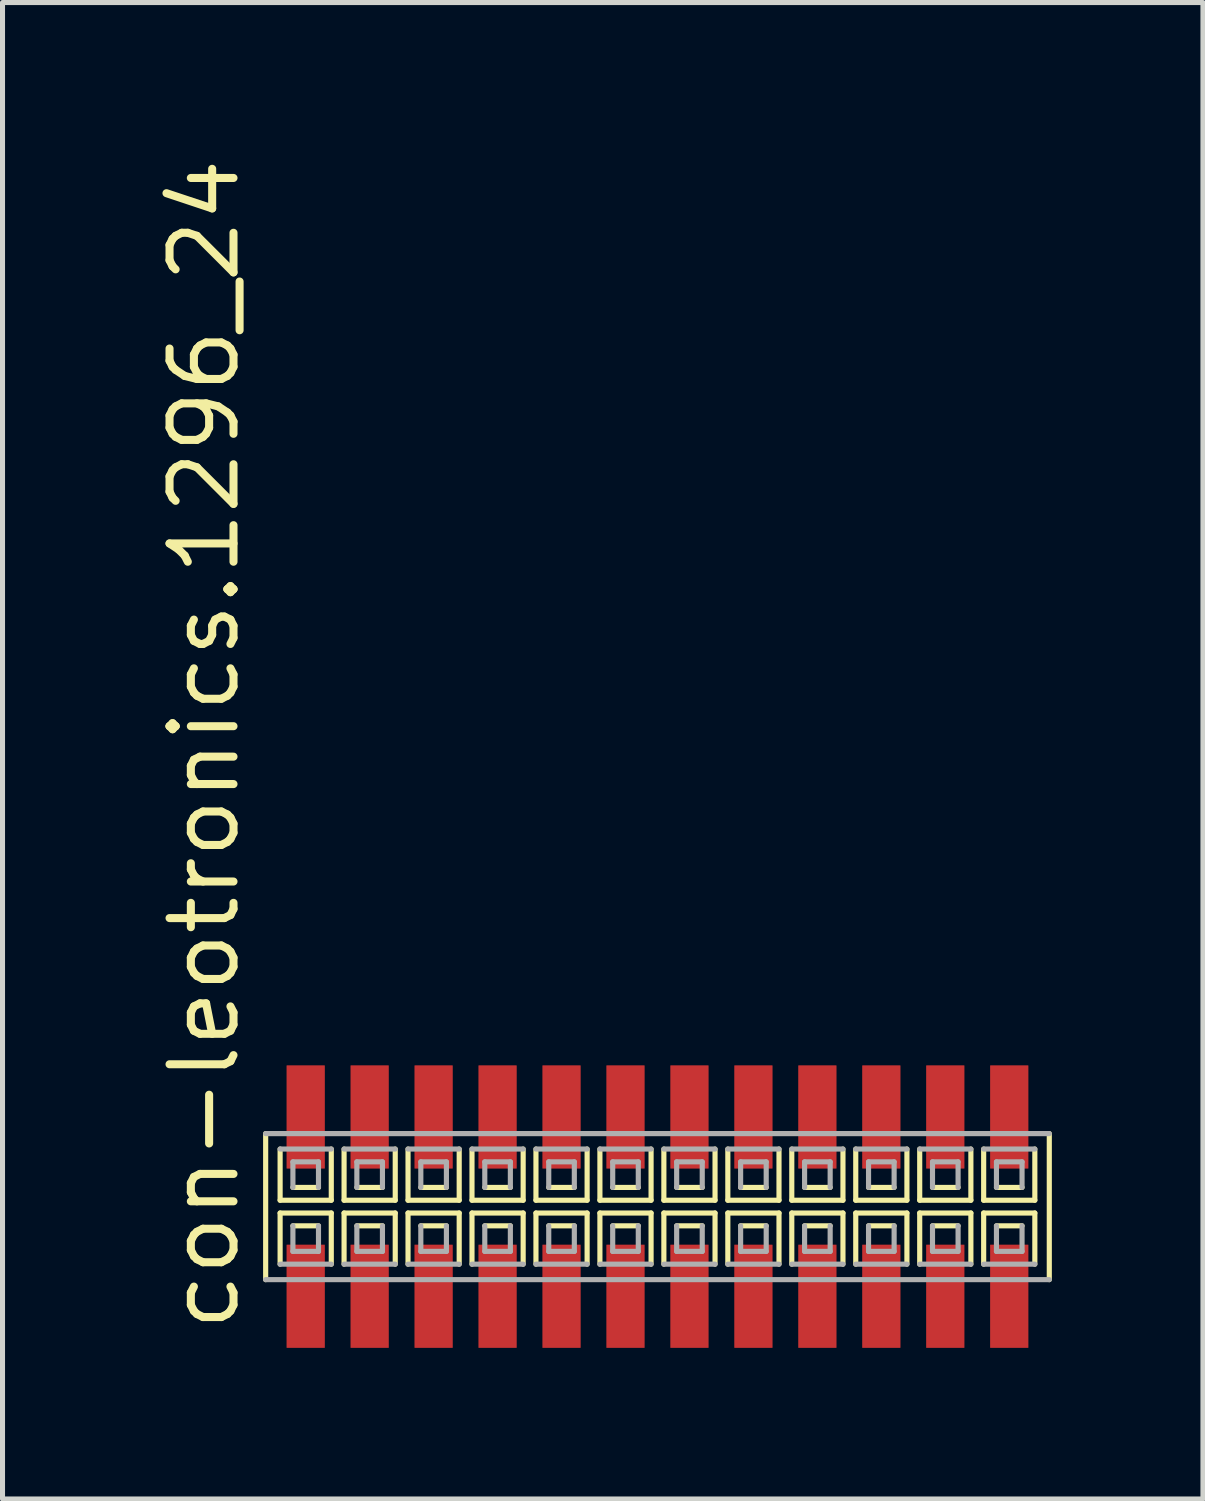
<source format=kicad_pcb>
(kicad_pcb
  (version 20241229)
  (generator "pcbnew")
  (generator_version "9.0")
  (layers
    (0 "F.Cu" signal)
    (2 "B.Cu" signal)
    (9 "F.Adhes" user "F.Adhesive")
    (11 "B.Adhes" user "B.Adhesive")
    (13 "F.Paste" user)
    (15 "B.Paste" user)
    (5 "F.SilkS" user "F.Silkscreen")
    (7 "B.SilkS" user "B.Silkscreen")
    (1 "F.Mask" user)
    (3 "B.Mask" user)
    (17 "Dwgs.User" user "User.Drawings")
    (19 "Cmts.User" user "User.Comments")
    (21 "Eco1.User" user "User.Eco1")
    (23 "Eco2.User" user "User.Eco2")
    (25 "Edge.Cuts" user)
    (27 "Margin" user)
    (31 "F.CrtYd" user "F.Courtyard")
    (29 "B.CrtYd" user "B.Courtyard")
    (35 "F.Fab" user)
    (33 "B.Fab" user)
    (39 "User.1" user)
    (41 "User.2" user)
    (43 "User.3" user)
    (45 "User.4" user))
  (footprint "con-leotronics.1296_24"
    (layer "F.Cu")
    (at 10.005 20.909)
    (property "Reference" "con-leotronics.1296_24" (at -8.255 2.54 90) (layer "F.SilkS") (effects (font (size 1.27 1.27) (thickness 0.16)) (justify left bottom)))
    (attr smd)
    (fp_line (start -7.78 -1.45) (end -7.78 1.45) (stroke (width 0.102) (type default)) (layer "F.SilkS"))
    (fp_line (start -7.493 -1.143) (end -7.493 -0.127) (stroke (width 0.102) (type default)) (layer "F.SilkS"))
    (fp_line (start -7.493 -0.127) (end -6.477 -0.127) (stroke (width 0.102) (type default)) (layer "F.SilkS"))
    (fp_line (start -7.493 0.127) (end -7.493 1.143) (stroke (width 0.102) (type default)) (layer "F.SilkS"))
    (fp_line (start -7.239 -0.381) (end -6.731 -0.381) (stroke (width 0.102) (type default)) (layer "F.SilkS"))
    (fp_line (start -6.731 0.381) (end -7.239 0.381) (stroke (width 0.102) (type default)) (layer "F.SilkS"))
    (fp_line (start -6.477 -0.127) (end -6.477 -1.143) (stroke (width 0.102) (type default)) (layer "F.SilkS"))
    (fp_line (start -6.477 0.127) (end -7.493 0.127) (stroke (width 0.102) (type default)) (layer "F.SilkS"))
    (fp_line (start -6.477 1.143) (end -6.477 0.127) (stroke (width 0.102) (type default)) (layer "F.SilkS"))
    (fp_line (start -6.223 -1.143) (end -6.223 -0.127) (stroke (width 0.102) (type default)) (layer "F.SilkS"))
    (fp_line (start -6.223 -0.127) (end -5.207 -0.127) (stroke (width 0.102) (type default)) (layer "F.SilkS"))
    (fp_line (start -6.223 0.127) (end -6.223 1.143) (stroke (width 0.102) (type default)) (layer "F.SilkS"))
    (fp_line (start -5.969 -0.381) (end -5.461 -0.381) (stroke (width 0.102) (type default)) (layer "F.SilkS"))
    (fp_line (start -5.461 0.381) (end -5.969 0.381) (stroke (width 0.102) (type default)) (layer "F.SilkS"))
    (fp_line (start -5.207 -0.127) (end -5.207 -1.143) (stroke (width 0.102) (type default)) (layer "F.SilkS"))
    (fp_line (start -5.207 0.127) (end -6.223 0.127) (stroke (width 0.102) (type default)) (layer "F.SilkS"))
    (fp_line (start -5.207 1.143) (end -5.207 0.127) (stroke (width 0.102) (type default)) (layer "F.SilkS"))
    (fp_line (start -4.953 -1.143) (end -4.953 -0.127) (stroke (width 0.102) (type default)) (layer "F.SilkS"))
    (fp_line (start -4.953 -0.127) (end -3.937 -0.127) (stroke (width 0.102) (type default)) (layer "F.SilkS"))
    (fp_line (start -4.953 0.127) (end -4.953 1.143) (stroke (width 0.102) (type default)) (layer "F.SilkS"))
    (fp_line (start -4.699 -0.381) (end -4.191 -0.381) (stroke (width 0.102) (type default)) (layer "F.SilkS"))
    (fp_line (start -4.191 0.381) (end -4.699 0.381) (stroke (width 0.102) (type default)) (layer "F.SilkS"))
    (fp_line (start -3.937 -0.127) (end -3.937 -1.143) (stroke (width 0.102) (type default)) (layer "F.SilkS"))
    (fp_line (start -3.937 0.127) (end -4.953 0.127) (stroke (width 0.102) (type default)) (layer "F.SilkS"))
    (fp_line (start -3.937 1.143) (end -3.937 0.127) (stroke (width 0.102) (type default)) (layer "F.SilkS"))
    (fp_line (start -3.683 -1.143) (end -3.683 -0.127) (stroke (width 0.102) (type default)) (layer "F.SilkS"))
    (fp_line (start -3.683 -0.127) (end -2.667 -0.127) (stroke (width 0.102) (type default)) (layer "F.SilkS"))
    (fp_line (start -3.683 0.127) (end -3.683 1.143) (stroke (width 0.102) (type default)) (layer "F.SilkS"))
    (fp_line (start -3.429 -0.381) (end -2.921 -0.381) (stroke (width 0.102) (type default)) (layer "F.SilkS"))
    (fp_line (start -2.921 0.381) (end -3.429 0.381) (stroke (width 0.102) (type default)) (layer "F.SilkS"))
    (fp_line (start -2.667 -0.127) (end -2.667 -1.143) (stroke (width 0.102) (type default)) (layer "F.SilkS"))
    (fp_line (start -2.667 0.127) (end -3.683 0.127) (stroke (width 0.102) (type default)) (layer "F.SilkS"))
    (fp_line (start -2.667 1.143) (end -2.667 0.127) (stroke (width 0.102) (type default)) (layer "F.SilkS"))
    (fp_line (start -2.413 -1.143) (end -2.413 -0.127) (stroke (width 0.102) (type default)) (layer "F.SilkS"))
    (fp_line (start -2.413 -0.127) (end -1.397 -0.127) (stroke (width 0.102) (type default)) (layer "F.SilkS"))
    (fp_line (start -2.413 0.127) (end -2.413 1.143) (stroke (width 0.102) (type default)) (layer "F.SilkS"))
    (fp_line (start -2.159 -0.381) (end -1.651 -0.381) (stroke (width 0.102) (type default)) (layer "F.SilkS"))
    (fp_line (start -1.651 0.381) (end -2.159 0.381) (stroke (width 0.102) (type default)) (layer "F.SilkS"))
    (fp_line (start -1.397 -0.127) (end -1.397 -1.143) (stroke (width 0.102) (type default)) (layer "F.SilkS"))
    (fp_line (start -1.397 0.127) (end -2.413 0.127) (stroke (width 0.102) (type default)) (layer "F.SilkS"))
    (fp_line (start -1.397 1.143) (end -1.397 0.127) (stroke (width 0.102) (type default)) (layer "F.SilkS"))
    (fp_line (start -1.143 -1.143) (end -1.143 -0.127) (stroke (width 0.102) (type default)) (layer "F.SilkS"))
    (fp_line (start -1.143 -0.127) (end -0.127 -0.127) (stroke (width 0.102) (type default)) (layer "F.SilkS"))
    (fp_line (start -1.143 0.127) (end -1.143 1.143) (stroke (width 0.102) (type default)) (layer "F.SilkS"))
    (fp_line (start -0.889 -0.381) (end -0.381 -0.381) (stroke (width 0.102) (type default)) (layer "F.SilkS"))
    (fp_line (start -0.381 0.381) (end -0.889 0.381) (stroke (width 0.102) (type default)) (layer "F.SilkS"))
    (fp_line (start -0.127 -0.127) (end -0.127 -1.143) (stroke (width 0.102) (type default)) (layer "F.SilkS"))
    (fp_line (start -0.127 0.127) (end -1.143 0.127) (stroke (width 0.102) (type default)) (layer "F.SilkS"))
    (fp_line (start -0.127 1.143) (end -0.127 0.127) (stroke (width 0.102) (type default)) (layer "F.SilkS"))
    (fp_line (start 0.127 -1.143) (end 0.127 -0.127) (stroke (width 0.102) (type default)) (layer "F.SilkS"))
    (fp_line (start 0.127 -0.127) (end 1.143 -0.127) (stroke (width 0.102) (type default)) (layer "F.SilkS"))
    (fp_line (start 0.127 0.127) (end 0.127 1.143) (stroke (width 0.102) (type default)) (layer "F.SilkS"))
    (fp_line (start 0.381 -0.381) (end 0.889 -0.381) (stroke (width 0.102) (type default)) (layer "F.SilkS"))
    (fp_line (start 0.889 0.381) (end 0.381 0.381) (stroke (width 0.102) (type default)) (layer "F.SilkS"))
    (fp_line (start 1.143 -0.127) (end 1.143 -1.143) (stroke (width 0.102) (type default)) (layer "F.SilkS"))
    (fp_line (start 1.143 0.127) (end 0.127 0.127) (stroke (width 0.102) (type default)) (layer "F.SilkS"))
    (fp_line (start 1.143 1.143) (end 1.143 0.127) (stroke (width 0.102) (type default)) (layer "F.SilkS"))
    (fp_line (start 1.397 -1.143) (end 1.397 -0.127) (stroke (width 0.102) (type default)) (layer "F.SilkS"))
    (fp_line (start 1.397 -0.127) (end 2.413 -0.127) (stroke (width 0.102) (type default)) (layer "F.SilkS"))
    (fp_line (start 1.397 0.127) (end 1.397 1.143) (stroke (width 0.102) (type default)) (layer "F.SilkS"))
    (fp_line (start 1.651 -0.381) (end 2.159 -0.381) (stroke (width 0.102) (type default)) (layer "F.SilkS"))
    (fp_line (start 2.159 0.381) (end 1.651 0.381) (stroke (width 0.102) (type default)) (layer "F.SilkS"))
    (fp_line (start 2.413 -0.127) (end 2.413 -1.143) (stroke (width 0.102) (type default)) (layer "F.SilkS"))
    (fp_line (start 2.413 0.127) (end 1.397 0.127) (stroke (width 0.102) (type default)) (layer "F.SilkS"))
    (fp_line (start 2.413 1.143) (end 2.413 0.127) (stroke (width 0.102) (type default)) (layer "F.SilkS"))
    (fp_line (start 2.667 -1.143) (end 2.667 -0.127) (stroke (width 0.102) (type default)) (layer "F.SilkS"))
    (fp_line (start 2.667 -0.127) (end 3.683 -0.127) (stroke (width 0.102) (type default)) (layer "F.SilkS"))
    (fp_line (start 2.667 0.127) (end 2.667 1.143) (stroke (width 0.102) (type default)) (layer "F.SilkS"))
    (fp_line (start 2.921 -0.381) (end 3.429 -0.381) (stroke (width 0.102) (type default)) (layer "F.SilkS"))
    (fp_line (start 3.429 0.381) (end 2.921 0.381) (stroke (width 0.102) (type default)) (layer "F.SilkS"))
    (fp_line (start 3.683 -0.127) (end 3.683 -1.143) (stroke (width 0.102) (type default)) (layer "F.SilkS"))
    (fp_line (start 3.683 0.127) (end 2.667 0.127) (stroke (width 0.102) (type default)) (layer "F.SilkS"))
    (fp_line (start 3.683 1.143) (end 3.683 0.127) (stroke (width 0.102) (type default)) (layer "F.SilkS"))
    (fp_line (start 3.937 -1.143) (end 3.937 -0.127) (stroke (width 0.102) (type default)) (layer "F.SilkS"))
    (fp_line (start 3.937 -0.127) (end 4.953 -0.127) (stroke (width 0.102) (type default)) (layer "F.SilkS"))
    (fp_line (start 3.937 0.127) (end 3.937 1.143) (stroke (width 0.102) (type default)) (layer "F.SilkS"))
    (fp_line (start 4.191 -0.381) (end 4.699 -0.381) (stroke (width 0.102) (type default)) (layer "F.SilkS"))
    (fp_line (start 4.699 0.381) (end 4.191 0.381) (stroke (width 0.102) (type default)) (layer "F.SilkS"))
    (fp_line (start 4.953 -0.127) (end 4.953 -1.143) (stroke (width 0.102) (type default)) (layer "F.SilkS"))
    (fp_line (start 4.953 0.127) (end 3.937 0.127) (stroke (width 0.102) (type default)) (layer "F.SilkS"))
    (fp_line (start 4.953 1.143) (end 4.953 0.127) (stroke (width 0.102) (type default)) (layer "F.SilkS"))
    (fp_line (start 5.207 -1.143) (end 5.207 -0.127) (stroke (width 0.102) (type default)) (layer "F.SilkS"))
    (fp_line (start 5.207 -0.127) (end 6.223 -0.127) (stroke (width 0.102) (type default)) (layer "F.SilkS"))
    (fp_line (start 5.207 0.127) (end 5.207 1.143) (stroke (width 0.102) (type default)) (layer "F.SilkS"))
    (fp_line (start 5.461 -0.381) (end 5.969 -0.381) (stroke (width 0.102) (type default)) (layer "F.SilkS"))
    (fp_line (start 5.969 0.381) (end 5.461 0.381) (stroke (width 0.102) (type default)) (layer "F.SilkS"))
    (fp_line (start 6.223 -0.127) (end 6.223 -1.143) (stroke (width 0.102) (type default)) (layer "F.SilkS"))
    (fp_line (start 6.223 0.127) (end 5.207 0.127) (stroke (width 0.102) (type default)) (layer "F.SilkS"))
    (fp_line (start 6.223 1.143) (end 6.223 0.127) (stroke (width 0.102) (type default)) (layer "F.SilkS"))
    (fp_line (start 6.477 -1.143) (end 6.477 -0.127) (stroke (width 0.102) (type default)) (layer "F.SilkS"))
    (fp_line (start 6.477 -0.127) (end 7.493 -0.127) (stroke (width 0.102) (type default)) (layer "F.SilkS"))
    (fp_line (start 6.477 0.127) (end 6.477 1.143) (stroke (width 0.102) (type default)) (layer "F.SilkS"))
    (fp_line (start 6.731 -0.381) (end 7.239 -0.381) (stroke (width 0.102) (type default)) (layer "F.SilkS"))
    (fp_line (start 7.239 0.381) (end 6.731 0.381) (stroke (width 0.102) (type default)) (layer "F.SilkS"))
    (fp_line (start 7.493 -0.127) (end 7.493 -1.143) (stroke (width 0.102) (type default)) (layer "F.SilkS"))
    (fp_line (start 7.493 0.127) (end 6.477 0.127) (stroke (width 0.102) (type default)) (layer "F.SilkS"))
    (fp_line (start 7.493 1.143) (end 7.493 0.127) (stroke (width 0.102) (type default)) (layer "F.SilkS"))
    (fp_line (start 7.78 1.45) (end 7.78 -1.45) (stroke (width 0.102) (type default)) (layer "F.SilkS"))
    (fp_line (start -7.78 1.45) (end 7.78 1.45) (stroke (width 0.102) (type default)) (layer "F.Fab"))
    (fp_line (start -7.493 1.143) (end -6.477 1.143) (stroke (width 0.102) (type default)) (layer "F.Fab"))
    (fp_line (start -7.239 -0.889) (end -7.239 -0.381) (stroke (width 0.102) (type default)) (layer "F.Fab"))
    (fp_line (start -7.239 0.381) (end -7.239 0.889) (stroke (width 0.102) (type default)) (layer "F.Fab"))
    (fp_line (start -7.239 0.889) (end -6.731 0.889) (stroke (width 0.102) (type default)) (layer "F.Fab"))
    (fp_line (start -6.731 -0.889) (end -7.239 -0.889) (stroke (width 0.102) (type default)) (layer "F.Fab"))
    (fp_line (start -6.731 -0.381) (end -6.731 -0.889) (stroke (width 0.102) (type default)) (layer "F.Fab"))
    (fp_line (start -6.731 0.889) (end -6.731 0.381) (stroke (width 0.102) (type default)) (layer "F.Fab"))
    (fp_line (start -6.477 -1.143) (end -7.493 -1.143) (stroke (width 0.102) (type default)) (layer "F.Fab"))
    (fp_line (start -6.223 1.143) (end -5.207 1.143) (stroke (width 0.102) (type default)) (layer "F.Fab"))
    (fp_line (start -5.969 -0.889) (end -5.969 -0.381) (stroke (width 0.102) (type default)) (layer "F.Fab"))
    (fp_line (start -5.969 0.381) (end -5.969 0.889) (stroke (width 0.102) (type default)) (layer "F.Fab"))
    (fp_line (start -5.969 0.889) (end -5.461 0.889) (stroke (width 0.102) (type default)) (layer "F.Fab"))
    (fp_line (start -5.461 -0.889) (end -5.969 -0.889) (stroke (width 0.102) (type default)) (layer "F.Fab"))
    (fp_line (start -5.461 -0.381) (end -5.461 -0.889) (stroke (width 0.102) (type default)) (layer "F.Fab"))
    (fp_line (start -5.461 0.889) (end -5.461 0.381) (stroke (width 0.102) (type default)) (layer "F.Fab"))
    (fp_line (start -5.207 -1.143) (end -6.223 -1.143) (stroke (width 0.102) (type default)) (layer "F.Fab"))
    (fp_line (start -4.953 1.143) (end -3.937 1.143) (stroke (width 0.102) (type default)) (layer "F.Fab"))
    (fp_line (start -4.699 -0.889) (end -4.699 -0.381) (stroke (width 0.102) (type default)) (layer "F.Fab"))
    (fp_line (start -4.699 0.381) (end -4.699 0.889) (stroke (width 0.102) (type default)) (layer "F.Fab"))
    (fp_line (start -4.699 0.889) (end -4.191 0.889) (stroke (width 0.102) (type default)) (layer "F.Fab"))
    (fp_line (start -4.191 -0.889) (end -4.699 -0.889) (stroke (width 0.102) (type default)) (layer "F.Fab"))
    (fp_line (start -4.191 -0.381) (end -4.191 -0.889) (stroke (width 0.102) (type default)) (layer "F.Fab"))
    (fp_line (start -4.191 0.889) (end -4.191 0.381) (stroke (width 0.102) (type default)) (layer "F.Fab"))
    (fp_line (start -3.937 -1.143) (end -4.953 -1.143) (stroke (width 0.102) (type default)) (layer "F.Fab"))
    (fp_line (start -3.683 1.143) (end -2.667 1.143) (stroke (width 0.102) (type default)) (layer "F.Fab"))
    (fp_line (start -3.429 -0.889) (end -3.429 -0.381) (stroke (width 0.102) (type default)) (layer "F.Fab"))
    (fp_line (start -3.429 0.381) (end -3.429 0.889) (stroke (width 0.102) (type default)) (layer "F.Fab"))
    (fp_line (start -3.429 0.889) (end -2.921 0.889) (stroke (width 0.102) (type default)) (layer "F.Fab"))
    (fp_line (start -2.921 -0.889) (end -3.429 -0.889) (stroke (width 0.102) (type default)) (layer "F.Fab"))
    (fp_line (start -2.921 -0.381) (end -2.921 -0.889) (stroke (width 0.102) (type default)) (layer "F.Fab"))
    (fp_line (start -2.921 0.889) (end -2.921 0.381) (stroke (width 0.102) (type default)) (layer "F.Fab"))
    (fp_line (start -2.667 -1.143) (end -3.683 -1.143) (stroke (width 0.102) (type default)) (layer "F.Fab"))
    (fp_line (start -2.413 1.143) (end -1.397 1.143) (stroke (width 0.102) (type default)) (layer "F.Fab"))
    (fp_line (start -2.159 -0.889) (end -2.159 -0.381) (stroke (width 0.102) (type default)) (layer "F.Fab"))
    (fp_line (start -2.159 0.381) (end -2.159 0.889) (stroke (width 0.102) (type default)) (layer "F.Fab"))
    (fp_line (start -2.159 0.889) (end -1.651 0.889) (stroke (width 0.102) (type default)) (layer "F.Fab"))
    (fp_line (start -1.651 -0.889) (end -2.159 -0.889) (stroke (width 0.102) (type default)) (layer "F.Fab"))
    (fp_line (start -1.651 -0.381) (end -1.651 -0.889) (stroke (width 0.102) (type default)) (layer "F.Fab"))
    (fp_line (start -1.651 0.889) (end -1.651 0.381) (stroke (width 0.102) (type default)) (layer "F.Fab"))
    (fp_line (start -1.397 -1.143) (end -2.413 -1.143) (stroke (width 0.102) (type default)) (layer "F.Fab"))
    (fp_line (start -1.143 1.143) (end -0.127 1.143) (stroke (width 0.102) (type default)) (layer "F.Fab"))
    (fp_line (start -0.889 -0.889) (end -0.889 -0.381) (stroke (width 0.102) (type default)) (layer "F.Fab"))
    (fp_line (start -0.889 0.381) (end -0.889 0.889) (stroke (width 0.102) (type default)) (layer "F.Fab"))
    (fp_line (start -0.889 0.889) (end -0.381 0.889) (stroke (width 0.102) (type default)) (layer "F.Fab"))
    (fp_line (start -0.381 -0.889) (end -0.889 -0.889) (stroke (width 0.102) (type default)) (layer "F.Fab"))
    (fp_line (start -0.381 -0.381) (end -0.381 -0.889) (stroke (width 0.102) (type default)) (layer "F.Fab"))
    (fp_line (start -0.381 0.889) (end -0.381 0.381) (stroke (width 0.102) (type default)) (layer "F.Fab"))
    (fp_line (start -0.127 -1.143) (end -1.143 -1.143) (stroke (width 0.102) (type default)) (layer "F.Fab"))
    (fp_line (start 0.127 1.143) (end 1.143 1.143) (stroke (width 0.102) (type default)) (layer "F.Fab"))
    (fp_line (start 0.381 -0.889) (end 0.381 -0.381) (stroke (width 0.102) (type default)) (layer "F.Fab"))
    (fp_line (start 0.381 0.381) (end 0.381 0.889) (stroke (width 0.102) (type default)) (layer "F.Fab"))
    (fp_line (start 0.381 0.889) (end 0.889 0.889) (stroke (width 0.102) (type default)) (layer "F.Fab"))
    (fp_line (start 0.889 -0.889) (end 0.381 -0.889) (stroke (width 0.102) (type default)) (layer "F.Fab"))
    (fp_line (start 0.889 -0.381) (end 0.889 -0.889) (stroke (width 0.102) (type default)) (layer "F.Fab"))
    (fp_line (start 0.889 0.889) (end 0.889 0.381) (stroke (width 0.102) (type default)) (layer "F.Fab"))
    (fp_line (start 1.143 -1.143) (end 0.127 -1.143) (stroke (width 0.102) (type default)) (layer "F.Fab"))
    (fp_line (start 1.397 1.143) (end 2.413 1.143) (stroke (width 0.102) (type default)) (layer "F.Fab"))
    (fp_line (start 1.651 -0.889) (end 1.651 -0.381) (stroke (width 0.102) (type default)) (layer "F.Fab"))
    (fp_line (start 1.651 0.381) (end 1.651 0.889) (stroke (width 0.102) (type default)) (layer "F.Fab"))
    (fp_line (start 1.651 0.889) (end 2.159 0.889) (stroke (width 0.102) (type default)) (layer "F.Fab"))
    (fp_line (start 2.159 -0.889) (end 1.651 -0.889) (stroke (width 0.102) (type default)) (layer "F.Fab"))
    (fp_line (start 2.159 -0.381) (end 2.159 -0.889) (stroke (width 0.102) (type default)) (layer "F.Fab"))
    (fp_line (start 2.159 0.889) (end 2.159 0.381) (stroke (width 0.102) (type default)) (layer "F.Fab"))
    (fp_line (start 2.413 -1.143) (end 1.397 -1.143) (stroke (width 0.102) (type default)) (layer "F.Fab"))
    (fp_line (start 2.667 1.143) (end 3.683 1.143) (stroke (width 0.102) (type default)) (layer "F.Fab"))
    (fp_line (start 2.921 -0.889) (end 2.921 -0.381) (stroke (width 0.102) (type default)) (layer "F.Fab"))
    (fp_line (start 2.921 0.381) (end 2.921 0.889) (stroke (width 0.102) (type default)) (layer "F.Fab"))
    (fp_line (start 2.921 0.889) (end 3.429 0.889) (stroke (width 0.102) (type default)) (layer "F.Fab"))
    (fp_line (start 3.429 -0.889) (end 2.921 -0.889) (stroke (width 0.102) (type default)) (layer "F.Fab"))
    (fp_line (start 3.429 -0.381) (end 3.429 -0.889) (stroke (width 0.102) (type default)) (layer "F.Fab"))
    (fp_line (start 3.429 0.889) (end 3.429 0.381) (stroke (width 0.102) (type default)) (layer "F.Fab"))
    (fp_line (start 3.683 -1.143) (end 2.667 -1.143) (stroke (width 0.102) (type default)) (layer "F.Fab"))
    (fp_line (start 3.937 1.143) (end 4.953 1.143) (stroke (width 0.102) (type default)) (layer "F.Fab"))
    (fp_line (start 4.191 -0.889) (end 4.191 -0.381) (stroke (width 0.102) (type default)) (layer "F.Fab"))
    (fp_line (start 4.191 0.381) (end 4.191 0.889) (stroke (width 0.102) (type default)) (layer "F.Fab"))
    (fp_line (start 4.191 0.889) (end 4.699 0.889) (stroke (width 0.102) (type default)) (layer "F.Fab"))
    (fp_line (start 4.699 -0.889) (end 4.191 -0.889) (stroke (width 0.102) (type default)) (layer "F.Fab"))
    (fp_line (start 4.699 -0.381) (end 4.699 -0.889) (stroke (width 0.102) (type default)) (layer "F.Fab"))
    (fp_line (start 4.699 0.889) (end 4.699 0.381) (stroke (width 0.102) (type default)) (layer "F.Fab"))
    (fp_line (start 4.953 -1.143) (end 3.937 -1.143) (stroke (width 0.102) (type default)) (layer "F.Fab"))
    (fp_line (start 5.207 1.143) (end 6.223 1.143) (stroke (width 0.102) (type default)) (layer "F.Fab"))
    (fp_line (start 5.461 -0.889) (end 5.461 -0.381) (stroke (width 0.102) (type default)) (layer "F.Fab"))
    (fp_line (start 5.461 0.381) (end 5.461 0.889) (stroke (width 0.102) (type default)) (layer "F.Fab"))
    (fp_line (start 5.461 0.889) (end 5.969 0.889) (stroke (width 0.102) (type default)) (layer "F.Fab"))
    (fp_line (start 5.969 -0.889) (end 5.461 -0.889) (stroke (width 0.102) (type default)) (layer "F.Fab"))
    (fp_line (start 5.969 -0.381) (end 5.969 -0.889) (stroke (width 0.102) (type default)) (layer "F.Fab"))
    (fp_line (start 5.969 0.889) (end 5.969 0.381) (stroke (width 0.102) (type default)) (layer "F.Fab"))
    (fp_line (start 6.223 -1.143) (end 5.207 -1.143) (stroke (width 0.102) (type default)) (layer "F.Fab"))
    (fp_line (start 6.477 1.143) (end 7.493 1.143) (stroke (width 0.102) (type default)) (layer "F.Fab"))
    (fp_line (start 6.731 -0.889) (end 6.731 -0.381) (stroke (width 0.102) (type default)) (layer "F.Fab"))
    (fp_line (start 6.731 0.381) (end 6.731 0.889) (stroke (width 0.102) (type default)) (layer "F.Fab"))
    (fp_line (start 6.731 0.889) (end 7.239 0.889) (stroke (width 0.102) (type default)) (layer "F.Fab"))
    (fp_line (start 7.239 -0.889) (end 6.731 -0.889) (stroke (width 0.102) (type default)) (layer "F.Fab"))
    (fp_line (start 7.239 -0.381) (end 7.239 -0.889) (stroke (width 0.102) (type default)) (layer "F.Fab"))
    (fp_line (start 7.239 0.889) (end 7.239 0.381) (stroke (width 0.102) (type default)) (layer "F.Fab"))
    (fp_line (start 7.493 -1.143) (end 6.477 -1.143) (stroke (width 0.102) (type default)) (layer "F.Fab"))
    (fp_line (start 7.78 -1.45) (end -7.78 -1.45) (stroke (width 0.102) (type default)) (layer "F.Fab"))
    (pad "1" smd roundrect (at -6.985 1.78) (size 0.76 2.05) (layers "F.Cu" "F.Mask" "F.Paste") (roundrect_rratio 0.01))
    (pad "2" smd roundrect (at -6.985 -1.78) (size 0.76 2.05) (layers "F.Cu" "F.Mask" "F.Paste") (roundrect_rratio 0.01))
    (pad "3" smd roundrect (at -5.715 1.78) (size 0.76 2.05) (layers "F.Cu" "F.Mask" "F.Paste") (roundrect_rratio 0.01))
    (pad "4" smd roundrect (at -5.715 -1.78) (size 0.76 2.05) (layers "F.Cu" "F.Mask" "F.Paste") (roundrect_rratio 0.01))
    (pad "5" smd roundrect (at -4.445 1.78) (size 0.76 2.05) (layers "F.Cu" "F.Mask" "F.Paste") (roundrect_rratio 0.01))
    (pad "6" smd roundrect (at -4.445 -1.78) (size 0.76 2.05) (layers "F.Cu" "F.Mask" "F.Paste") (roundrect_rratio 0.01))
    (pad "7" smd roundrect (at -3.175 1.78) (size 0.76 2.05) (layers "F.Cu" "F.Mask" "F.Paste") (roundrect_rratio 0.01))
    (pad "8" smd roundrect (at -3.175 -1.78) (size 0.76 2.05) (layers "F.Cu" "F.Mask" "F.Paste") (roundrect_rratio 0.01))
    (pad "9" smd roundrect (at -1.905 1.78) (size 0.76 2.05) (layers "F.Cu" "F.Mask" "F.Paste") (roundrect_rratio 0.01))
    (pad "10" smd roundrect (at -1.905 -1.78) (size 0.76 2.05) (layers "F.Cu" "F.Mask" "F.Paste") (roundrect_rratio 0.01))
    (pad "11" smd roundrect (at -0.635 1.78) (size 0.76 2.05) (layers "F.Cu" "F.Mask" "F.Paste") (roundrect_rratio 0.01))
    (pad "12" smd roundrect (at -0.635 -1.78) (size 0.76 2.05) (layers "F.Cu" "F.Mask" "F.Paste") (roundrect_rratio 0.01))
    (pad "13" smd roundrect (at 0.635 1.78) (size 0.76 2.05) (layers "F.Cu" "F.Mask" "F.Paste") (roundrect_rratio 0.01))
    (pad "14" smd roundrect (at 0.635 -1.78) (size 0.76 2.05) (layers "F.Cu" "F.Mask" "F.Paste") (roundrect_rratio 0.01))
    (pad "15" smd roundrect (at 1.905 1.78) (size 0.76 2.05) (layers "F.Cu" "F.Mask" "F.Paste") (roundrect_rratio 0.01))
    (pad "16" smd roundrect (at 1.905 -1.78) (size 0.76 2.05) (layers "F.Cu" "F.Mask" "F.Paste") (roundrect_rratio 0.01))
    (pad "17" smd roundrect (at 3.175 1.78) (size 0.76 2.05) (layers "F.Cu" "F.Mask" "F.Paste") (roundrect_rratio 0.01))
    (pad "18" smd roundrect (at 3.175 -1.78) (size 0.76 2.05) (layers "F.Cu" "F.Mask" "F.Paste") (roundrect_rratio 0.01))
    (pad "19" smd roundrect (at 4.445 1.78) (size 0.76 2.05) (layers "F.Cu" "F.Mask" "F.Paste") (roundrect_rratio 0.01))
    (pad "20" smd roundrect (at 4.445 -1.78) (size 0.76 2.05) (layers "F.Cu" "F.Mask" "F.Paste") (roundrect_rratio 0.01))
    (pad "21" smd roundrect (at 5.715 1.78) (size 0.76 2.05) (layers "F.Cu" "F.Mask" "F.Paste") (roundrect_rratio 0.01))
    (pad "22" smd roundrect (at 5.715 -1.78) (size 0.76 2.05) (layers "F.Cu" "F.Mask" "F.Paste") (roundrect_rratio 0.01))
    (pad "23" smd roundrect (at 6.985 1.78) (size 0.76 2.05) (layers "F.Cu" "F.Mask" "F.Paste") (roundrect_rratio 0.01))
    (pad "24" smd roundrect (at 6.985 -1.78) (size 0.76 2.05) (layers "F.Cu" "F.Mask" "F.Paste") (roundrect_rratio 0.01)))
  (gr_rect
    (start -3 -3)
    (end 20.836 26.714)
    (stroke (width 0.1) (type default))
    (fill no)
    (layer "Edge.Cuts")))
</source>
